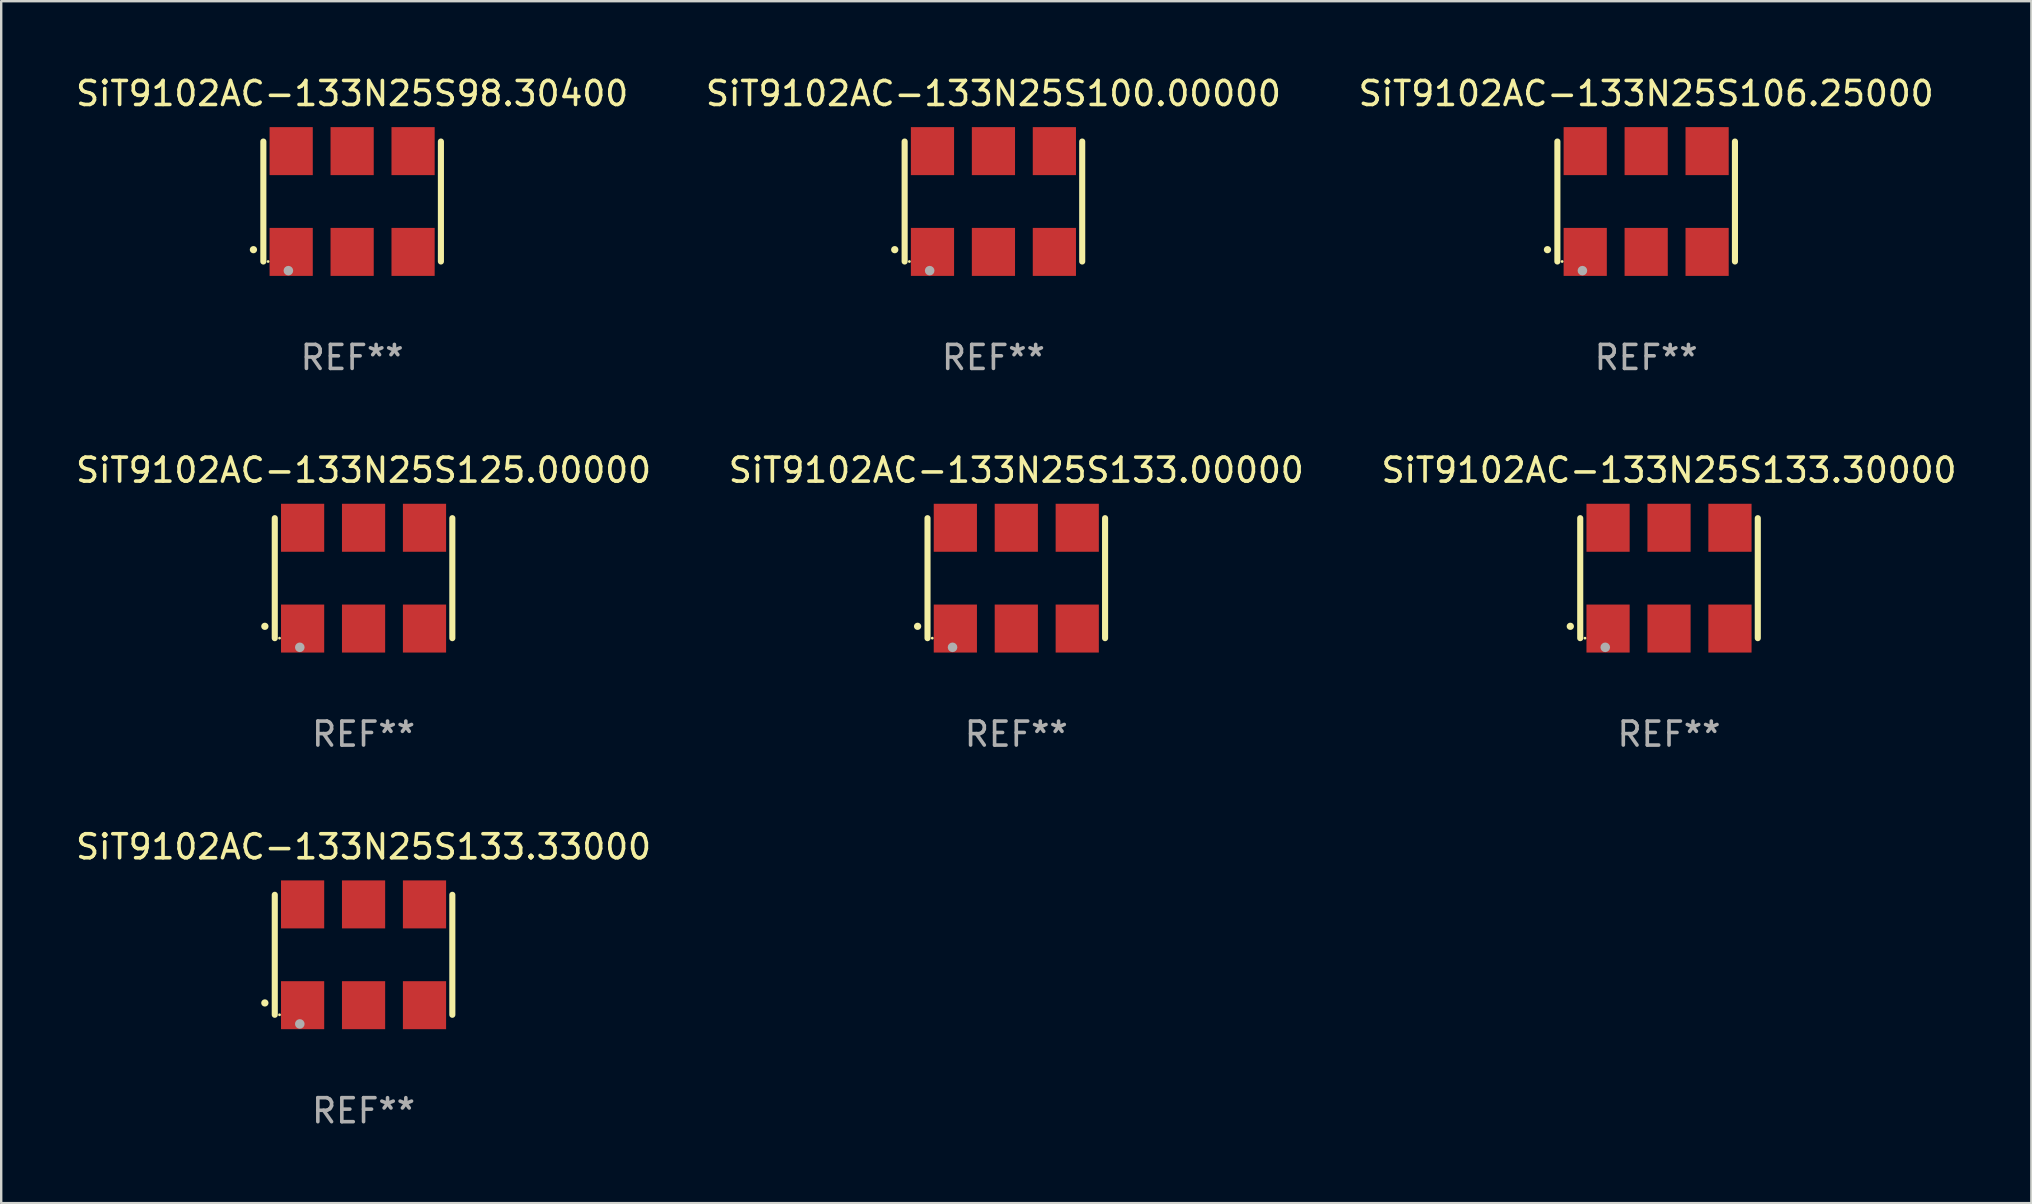
<source format=kicad_pcb>
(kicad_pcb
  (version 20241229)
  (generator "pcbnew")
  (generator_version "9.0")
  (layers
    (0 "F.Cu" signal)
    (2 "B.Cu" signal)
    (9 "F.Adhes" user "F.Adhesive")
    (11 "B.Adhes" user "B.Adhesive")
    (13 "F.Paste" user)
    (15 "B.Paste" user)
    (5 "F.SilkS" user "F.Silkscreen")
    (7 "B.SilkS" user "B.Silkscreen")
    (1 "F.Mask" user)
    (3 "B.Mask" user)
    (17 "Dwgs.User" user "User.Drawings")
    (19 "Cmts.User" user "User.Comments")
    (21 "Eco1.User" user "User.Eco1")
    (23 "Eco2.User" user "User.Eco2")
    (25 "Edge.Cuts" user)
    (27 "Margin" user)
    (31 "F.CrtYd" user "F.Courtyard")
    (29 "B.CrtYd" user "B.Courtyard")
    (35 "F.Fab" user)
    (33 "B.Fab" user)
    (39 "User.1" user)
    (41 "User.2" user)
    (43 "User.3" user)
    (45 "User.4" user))
  (footprint "SiT9102AC-133N25S133.33000"
    (layer "F.Cu")
    (at 12.101 36.741)
    (property "Reference" "SiT9102AC-133N25S133.33000" (at 0 -4.5 0) (layer "F.SilkS") (effects (font (size 1 1) (thickness 0.15))))
    (attr through_hole)
    (fp_line (start -3.7 -2.5) (end -3.7 2.5) (stroke (width 0.254) (type solid)) (layer "F.SilkS"))
    (fp_line (start 3.7 -2.5) (end 3.7 2.5) (stroke (width 0.254) (type solid)) (layer "F.SilkS"))
    (fp_arc (start -4.114415 2.006604) (mid -4.113145 2.006599) (end -4.111875 2.006604) (stroke (width 0.3) (type solid)) (layer "F.SilkS"))
    (fp_circle (center -3.502 2.5) (end -3.472 2.5) (stroke (width 0.06) (type solid)) (fill no) (layer "F.SilkS"))
    (fp_circle (center -2.657 2.882) (end -2.557 2.882) (stroke (width 0.2) (type solid)) (fill no) (layer "F.Fab"))
    (fp_text user "REF**" (at 0 6.5 0) (layer "F.Fab") (effects (font (size 1 1) (thickness 0.15))))
    (pad "1" smd rect (at -2.54 2.1) (size 1.8 2) (layers "F.Cu" "F.Mask" "F.Paste"))
    (pad "2" smd rect (at 0.000394 2.1) (size 1.8 2) (layers "F.Cu" "F.Mask" "F.Paste"))
    (pad "3" smd rect (at 2.54 2.1) (size 1.8 2) (layers "F.Cu" "F.Mask" "F.Paste"))
    (pad "4" smd rect (at 2.54 -2.1) (size 1.8 2) (layers "F.Cu" "F.Mask" "F.Paste"))
    (pad "5" smd rect (at 0.000394 -2.1) (size 1.8 2) (layers "F.Cu" "F.Mask" "F.Paste"))
    (pad "6" smd rect (at -2.54 -2.1) (size 1.8 2) (layers "F.Cu" "F.Mask" "F.Paste")))
  (footprint "SiT9102AC-133N25S125.00000"
    (layer "F.Cu")
    (at 12.101 21.045)
    (property "Reference" "SiT9102AC-133N25S125.00000" (at 0 -4.5 0) (layer "F.SilkS") (effects (font (size 1 1) (thickness 0.15))))
    (attr through_hole)
    (fp_line (start -3.7 -2.5) (end -3.7 2.5) (stroke (width 0.254) (type solid)) (layer "F.SilkS"))
    (fp_line (start 3.7 -2.5) (end 3.7 2.5) (stroke (width 0.254) (type solid)) (layer "F.SilkS"))
    (fp_arc (start -4.114415 2.006604) (mid -4.113145 2.006599) (end -4.111875 2.006604) (stroke (width 0.3) (type solid)) (layer "F.SilkS"))
    (fp_circle (center -3.502 2.5) (end -3.472 2.5) (stroke (width 0.06) (type solid)) (fill no) (layer "F.SilkS"))
    (fp_circle (center -2.657 2.882) (end -2.557 2.882) (stroke (width 0.2) (type solid)) (fill no) (layer "F.Fab"))
    (fp_text user "REF**" (at 0 6.5 0) (layer "F.Fab") (effects (font (size 1 1) (thickness 0.15))))
    (pad "1" smd rect (at -2.54 2.1) (size 1.8 2) (layers "F.Cu" "F.Mask" "F.Paste"))
    (pad "2" smd rect (at 0.000394 2.1) (size 1.8 2) (layers "F.Cu" "F.Mask" "F.Paste"))
    (pad "3" smd rect (at 2.54 2.1) (size 1.8 2) (layers "F.Cu" "F.Mask" "F.Paste"))
    (pad "4" smd rect (at 2.54 -2.1) (size 1.8 2) (layers "F.Cu" "F.Mask" "F.Paste"))
    (pad "5" smd rect (at 0.000394 -2.1) (size 1.8 2) (layers "F.Cu" "F.Mask" "F.Paste"))
    (pad "6" smd rect (at -2.54 -2.1) (size 1.8 2) (layers "F.Cu" "F.Mask" "F.Paste")))
  (footprint "SiT9102AC-133N25S98.30400"
    (layer "F.Cu")
    (at 11.625 5.348)
    (property "Reference" "SiT9102AC-133N25S98.30400" (at 0 -4.5 0) (layer "F.SilkS") (effects (font (size 1 1) (thickness 0.15))))
    (attr through_hole)
    (fp_line (start -3.7 -2.5) (end -3.7 2.5) (stroke (width 0.254) (type solid)) (layer "F.SilkS"))
    (fp_line (start 3.7 -2.5) (end 3.7 2.5) (stroke (width 0.254) (type solid)) (layer "F.SilkS"))
    (fp_arc (start -4.114415 2.006604) (mid -4.113145 2.006599) (end -4.111875 2.006604) (stroke (width 0.3) (type solid)) (layer "F.SilkS"))
    (fp_circle (center -3.502 2.5) (end -3.472 2.5) (stroke (width 0.06) (type solid)) (fill no) (layer "F.SilkS"))
    (fp_circle (center -2.657 2.882) (end -2.557 2.882) (stroke (width 0.2) (type solid)) (fill no) (layer "F.Fab"))
    (fp_text user "REF**" (at 0 6.5 0) (layer "F.Fab") (effects (font (size 1 1) (thickness 0.15))))
    (pad "1" smd rect (at -2.54 2.1) (size 1.8 2) (layers "F.Cu" "F.Mask" "F.Paste"))
    (pad "2" smd rect (at 0.000394 2.1) (size 1.8 2) (layers "F.Cu" "F.Mask" "F.Paste"))
    (pad "3" smd rect (at 2.54 2.1) (size 1.8 2) (layers "F.Cu" "F.Mask" "F.Paste"))
    (pad "4" smd rect (at 2.54 -2.1) (size 1.8 2) (layers "F.Cu" "F.Mask" "F.Paste"))
    (pad "5" smd rect (at 0.000394 -2.1) (size 1.8 2) (layers "F.Cu" "F.Mask" "F.Paste"))
    (pad "6" smd rect (at -2.54 -2.1) (size 1.8 2) (layers "F.Cu" "F.Mask" "F.Paste")))
  (footprint "SiT9102AC-133N25S106.25000"
    (layer "F.Cu")
    (at 65.554 5.348)
    (property "Reference" "SiT9102AC-133N25S106.25000" (at 0 -4.5 0) (layer "F.SilkS") (effects (font (size 1 1) (thickness 0.15))))
    (attr through_hole)
    (fp_line (start -3.7 -2.5) (end -3.7 2.5) (stroke (width 0.254) (type solid)) (layer "F.SilkS"))
    (fp_line (start 3.7 -2.5) (end 3.7 2.5) (stroke (width 0.254) (type solid)) (layer "F.SilkS"))
    (fp_arc (start -4.114415 2.006604) (mid -4.113145 2.006599) (end -4.111875 2.006604) (stroke (width 0.3) (type solid)) (layer "F.SilkS"))
    (fp_circle (center -3.502 2.5) (end -3.472 2.5) (stroke (width 0.06) (type solid)) (fill no) (layer "F.SilkS"))
    (fp_circle (center -2.657 2.882) (end -2.557 2.882) (stroke (width 0.2) (type solid)) (fill no) (layer "F.Fab"))
    (fp_text user "REF**" (at 0 6.5 0) (layer "F.Fab") (effects (font (size 1 1) (thickness 0.15))))
    (pad "1" smd rect (at -2.54 2.1) (size 1.8 2) (layers "F.Cu" "F.Mask" "F.Paste"))
    (pad "2" smd rect (at 0.000394 2.1) (size 1.8 2) (layers "F.Cu" "F.Mask" "F.Paste"))
    (pad "3" smd rect (at 2.54 2.1) (size 1.8 2) (layers "F.Cu" "F.Mask" "F.Paste"))
    (pad "4" smd rect (at 2.54 -2.1) (size 1.8 2) (layers "F.Cu" "F.Mask" "F.Paste"))
    (pad "5" smd rect (at 0.000394 -2.1) (size 1.8 2) (layers "F.Cu" "F.Mask" "F.Paste"))
    (pad "6" smd rect (at -2.54 -2.1) (size 1.8 2) (layers "F.Cu" "F.Mask" "F.Paste")))
  (footprint "SiT9102AC-133N25S133.30000"
    (layer "F.Cu")
    (at 66.506 21.045)
    (property "Reference" "SiT9102AC-133N25S133.30000" (at 0 -4.5 0) (layer "F.SilkS") (effects (font (size 1 1) (thickness 0.15))))
    (attr through_hole)
    (fp_line (start -3.7 -2.5) (end -3.7 2.5) (stroke (width 0.254) (type solid)) (layer "F.SilkS"))
    (fp_line (start 3.7 -2.5) (end 3.7 2.5) (stroke (width 0.254) (type solid)) (layer "F.SilkS"))
    (fp_arc (start -4.114415 2.006604) (mid -4.113145 2.006599) (end -4.111875 2.006604) (stroke (width 0.3) (type solid)) (layer "F.SilkS"))
    (fp_circle (center -3.502 2.5) (end -3.472 2.5) (stroke (width 0.06) (type solid)) (fill no) (layer "F.SilkS"))
    (fp_circle (center -2.657 2.882) (end -2.557 2.882) (stroke (width 0.2) (type solid)) (fill no) (layer "F.Fab"))
    (fp_text user "REF**" (at 0 6.5 0) (layer "F.Fab") (effects (font (size 1 1) (thickness 0.15))))
    (pad "1" smd rect (at -2.54 2.1) (size 1.8 2) (layers "F.Cu" "F.Mask" "F.Paste"))
    (pad "2" smd rect (at 0.000394 2.1) (size 1.8 2) (layers "F.Cu" "F.Mask" "F.Paste"))
    (pad "3" smd rect (at 2.54 2.1) (size 1.8 2) (layers "F.Cu" "F.Mask" "F.Paste"))
    (pad "4" smd rect (at 2.54 -2.1) (size 1.8 2) (layers "F.Cu" "F.Mask" "F.Paste"))
    (pad "5" smd rect (at 0.000394 -2.1) (size 1.8 2) (layers "F.Cu" "F.Mask" "F.Paste"))
    (pad "6" smd rect (at -2.54 -2.1) (size 1.8 2) (layers "F.Cu" "F.Mask" "F.Paste")))
  (footprint "SiT9102AC-133N25S100.00000"
    (layer "F.Cu")
    (at 38.351 5.348)
    (property "Reference" "SiT9102AC-133N25S100.00000" (at 0 -4.5 0) (layer "F.SilkS") (effects (font (size 1 1) (thickness 0.15))))
    (attr through_hole)
    (fp_line (start -3.7 -2.5) (end -3.7 2.5) (stroke (width 0.254) (type solid)) (layer "F.SilkS"))
    (fp_line (start 3.7 -2.5) (end 3.7 2.5) (stroke (width 0.254) (type solid)) (layer "F.SilkS"))
    (fp_arc (start -4.114415 2.006604) (mid -4.113145 2.006599) (end -4.111875 2.006604) (stroke (width 0.3) (type solid)) (layer "F.SilkS"))
    (fp_circle (center -3.502 2.5) (end -3.472 2.5) (stroke (width 0.06) (type solid)) (fill no) (layer "F.SilkS"))
    (fp_circle (center -2.657 2.882) (end -2.557 2.882) (stroke (width 0.2) (type solid)) (fill no) (layer "F.Fab"))
    (fp_text user "REF**" (at 0 6.5 0) (layer "F.Fab") (effects (font (size 1 1) (thickness 0.15))))
    (pad "1" smd rect (at -2.54 2.1) (size 1.8 2) (layers "F.Cu" "F.Mask" "F.Paste"))
    (pad "2" smd rect (at 0.000394 2.1) (size 1.8 2) (layers "F.Cu" "F.Mask" "F.Paste"))
    (pad "3" smd rect (at 2.54 2.1) (size 1.8 2) (layers "F.Cu" "F.Mask" "F.Paste"))
    (pad "4" smd rect (at 2.54 -2.1) (size 1.8 2) (layers "F.Cu" "F.Mask" "F.Paste"))
    (pad "5" smd rect (at 0.000394 -2.1) (size 1.8 2) (layers "F.Cu" "F.Mask" "F.Paste"))
    (pad "6" smd rect (at -2.54 -2.1) (size 1.8 2) (layers "F.Cu" "F.Mask" "F.Paste")))
  (footprint "SiT9102AC-133N25S133.00000"
    (layer "F.Cu")
    (at 39.304 21.045)
    (property "Reference" "SiT9102AC-133N25S133.00000" (at 0 -4.5 0) (layer "F.SilkS") (effects (font (size 1 1) (thickness 0.15))))
    (attr through_hole)
    (fp_line (start -3.7 -2.5) (end -3.7 2.5) (stroke (width 0.254) (type solid)) (layer "F.SilkS"))
    (fp_line (start 3.7 -2.5) (end 3.7 2.5) (stroke (width 0.254) (type solid)) (layer "F.SilkS"))
    (fp_arc (start -4.114415 2.006604) (mid -4.113145 2.006599) (end -4.111875 2.006604) (stroke (width 0.3) (type solid)) (layer "F.SilkS"))
    (fp_circle (center -3.502 2.5) (end -3.472 2.5) (stroke (width 0.06) (type solid)) (fill no) (layer "F.SilkS"))
    (fp_circle (center -2.657 2.882) (end -2.557 2.882) (stroke (width 0.2) (type solid)) (fill no) (layer "F.Fab"))
    (fp_text user "REF**" (at 0 6.5 0) (layer "F.Fab") (effects (font (size 1 1) (thickness 0.15))))
    (pad "1" smd rect (at -2.54 2.1) (size 1.8 2) (layers "F.Cu" "F.Mask" "F.Paste"))
    (pad "2" smd rect (at 0.000394 2.1) (size 1.8 2) (layers "F.Cu" "F.Mask" "F.Paste"))
    (pad "3" smd rect (at 2.54 2.1) (size 1.8 2) (layers "F.Cu" "F.Mask" "F.Paste"))
    (pad "4" smd rect (at 2.54 -2.1) (size 1.8 2) (layers "F.Cu" "F.Mask" "F.Paste"))
    (pad "5" smd rect (at 0.000394 -2.1) (size 1.8 2) (layers "F.Cu" "F.Mask" "F.Paste"))
    (pad "6" smd rect (at -2.54 -2.1) (size 1.8 2) (layers "F.Cu" "F.Mask" "F.Paste")))
  (gr_rect
    (start -3 -3)
    (end 81.607 47.09)
    (stroke (width 0.1) (type default))
    (fill no)
    (layer "Edge.Cuts")))
</source>
